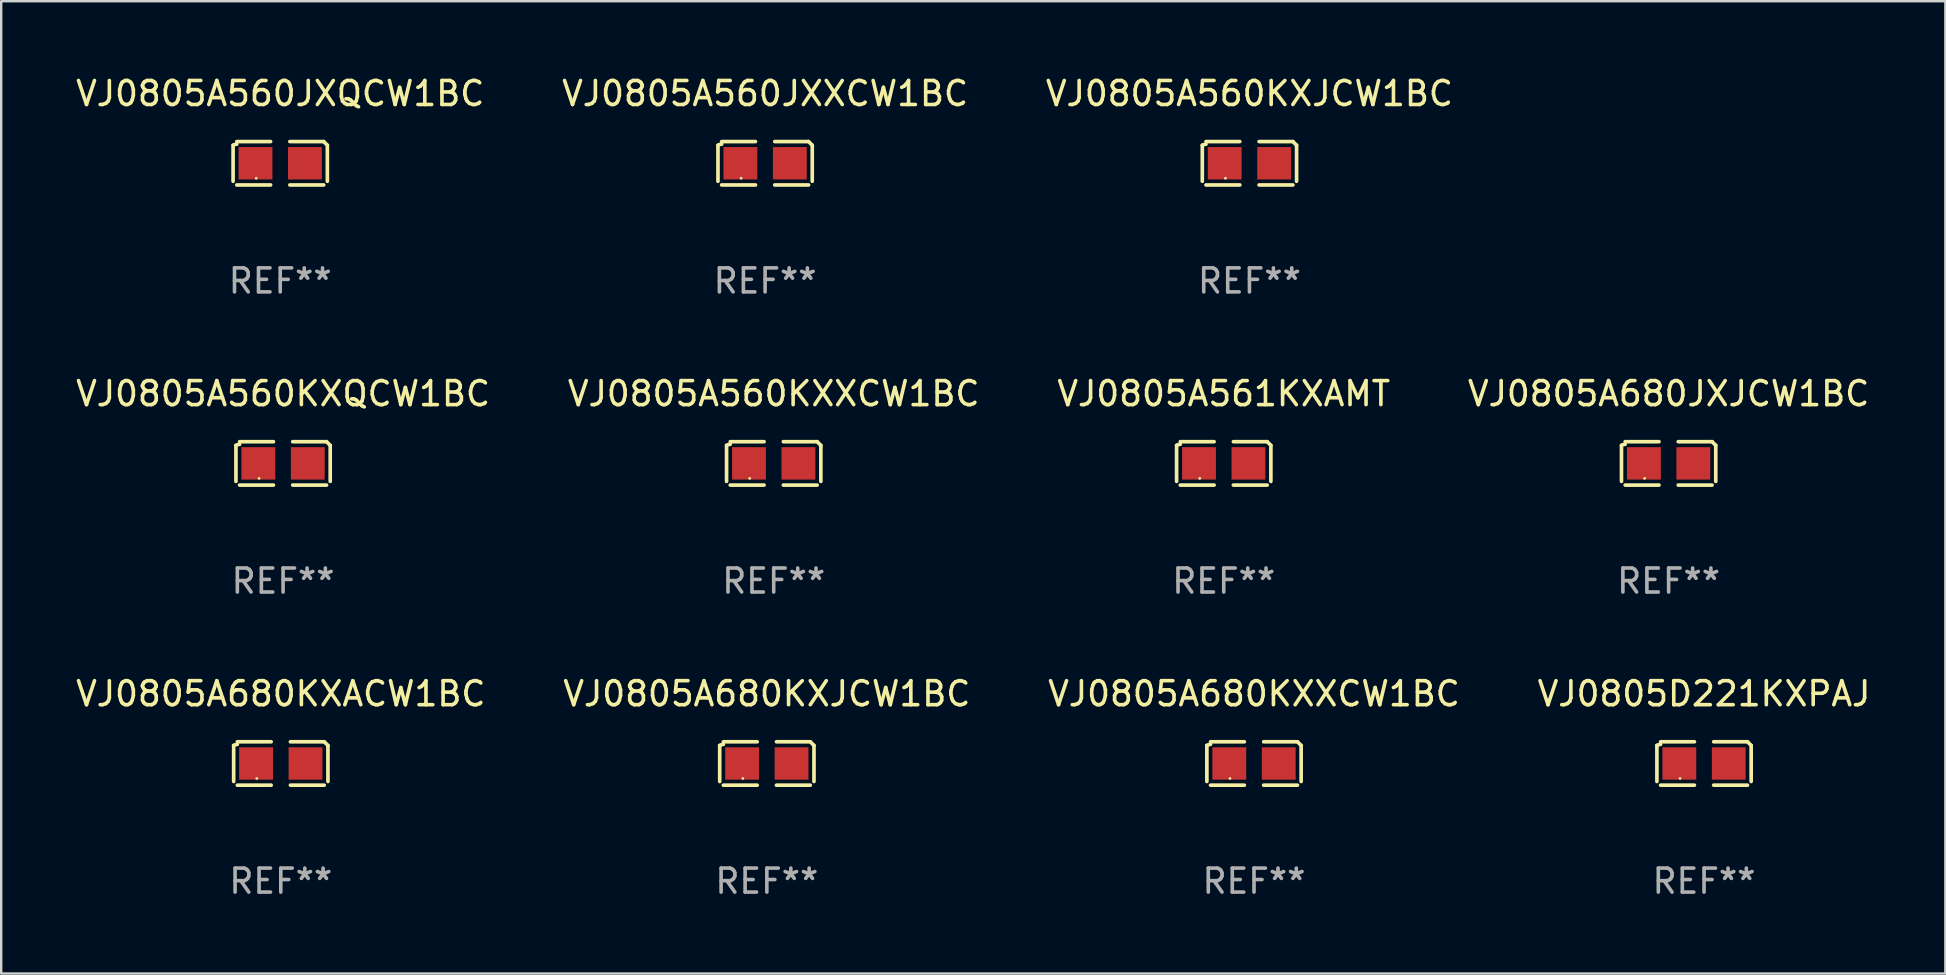
<source format=kicad_pcb>
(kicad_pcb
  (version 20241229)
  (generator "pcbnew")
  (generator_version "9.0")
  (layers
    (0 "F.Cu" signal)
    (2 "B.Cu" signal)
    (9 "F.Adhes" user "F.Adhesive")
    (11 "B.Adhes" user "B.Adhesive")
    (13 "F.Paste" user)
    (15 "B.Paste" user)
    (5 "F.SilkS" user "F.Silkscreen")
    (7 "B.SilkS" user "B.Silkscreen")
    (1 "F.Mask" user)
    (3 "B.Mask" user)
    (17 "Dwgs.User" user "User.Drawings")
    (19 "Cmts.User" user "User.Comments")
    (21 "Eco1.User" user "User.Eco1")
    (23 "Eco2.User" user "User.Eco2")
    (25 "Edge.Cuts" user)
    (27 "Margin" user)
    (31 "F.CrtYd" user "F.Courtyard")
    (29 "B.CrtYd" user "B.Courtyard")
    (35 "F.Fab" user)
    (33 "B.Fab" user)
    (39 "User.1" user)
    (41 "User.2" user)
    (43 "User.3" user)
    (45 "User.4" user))
  (footprint "VJ0805A680KXXCW1BC"
    (layer "F.Cu")
    (at 49.196 28.759)
    (property "Reference" "VJ0805A680KXXCW1BC" (at 0 -2.904 0) (layer "F.SilkS") (effects (font (size 1 1) (thickness 0.15))))
    (attr through_hole)
    (fp_line (start -1.964 0.751) (end -1.964 -0.751) (stroke (width 0.152) (type solid)) (layer "F.SilkS"))
    (fp_line (start -1.811 -0.904) (end -0.401 -0.904) (stroke (width 0.152) (type solid)) (layer "F.SilkS"))
    (fp_line (start -0.401 0.904) (end -1.811 0.904) (stroke (width 0.152) (type solid)) (layer "F.SilkS"))
    (fp_line (start 0.401 0.904) (end 1.811 0.904) (stroke (width 0.152) (type solid)) (layer "F.SilkS"))
    (fp_line (start 1.811 -0.904) (end 0.401 -0.904) (stroke (width 0.152) (type solid)) (layer "F.SilkS"))
    (fp_line (start 1.964 0.751) (end 1.964 -0.751) (stroke (width 0.152) (type solid)) (layer "F.SilkS"))
    (fp_arc (start -1.963602 -0.751207) (mid -1.890354 -0.783131) (end -1.811201 -0.794044) (stroke (width 0.1524) (type solid)) (layer "F.SilkS"))
    (fp_arc (start 1.811202 -0.903607) (mid 1.887413 -0.827418) (end 1.963602 -0.751207) (stroke (width 0.1524) (type solid)) (layer "F.SilkS"))
    (fp_circle (center -1 0.625) (end -0.97 0.625) (stroke (width 0.06) (type solid)) (fill no) (layer "F.SilkS"))
    (fp_text user "REF**" (at 0 4.904 0) (layer "F.Fab") (effects (font (size 1 1) (thickness 0.15))))
    (pad "1" smd rect (at -1.03 0) (size 1.41 1.35) (layers "F.Cu" "F.Mask" "F.Paste"))
    (pad "2" smd rect (at 1.03 0) (size 1.41 1.35) (layers "F.Cu" "F.Mask" "F.Paste")))
  (footprint "VJ0805A561KXAMT"
    (layer "F.Cu")
    (at 47.935 16.256)
    (property "Reference" "VJ0805A561KXAMT" (at 0 -2.904 0) (layer "F.SilkS") (effects (font (size 1 1) (thickness 0.15))))
    (attr through_hole)
    (fp_line (start -1.964 0.751) (end -1.964 -0.751) (stroke (width 0.152) (type solid)) (layer "F.SilkS"))
    (fp_line (start -1.811 -0.904) (end -0.401 -0.904) (stroke (width 0.152) (type solid)) (layer "F.SilkS"))
    (fp_line (start -0.401 0.904) (end -1.811 0.904) (stroke (width 0.152) (type solid)) (layer "F.SilkS"))
    (fp_line (start 0.401 0.904) (end 1.811 0.904) (stroke (width 0.152) (type solid)) (layer "F.SilkS"))
    (fp_line (start 1.811 -0.904) (end 0.401 -0.904) (stroke (width 0.152) (type solid)) (layer "F.SilkS"))
    (fp_line (start 1.964 0.751) (end 1.964 -0.751) (stroke (width 0.152) (type solid)) (layer "F.SilkS"))
    (fp_arc (start -1.963602 -0.751207) (mid -1.890354 -0.783131) (end -1.811201 -0.794044) (stroke (width 0.1524) (type solid)) (layer "F.SilkS"))
    (fp_arc (start 1.811202 -0.903607) (mid 1.887413 -0.827418) (end 1.963602 -0.751207) (stroke (width 0.1524) (type solid)) (layer "F.SilkS"))
    (fp_circle (center -1 0.625) (end -0.97 0.625) (stroke (width 0.06) (type solid)) (fill no) (layer "F.SilkS"))
    (fp_text user "REF**" (at 0 4.904 0) (layer "F.Fab") (effects (font (size 1 1) (thickness 0.15))))
    (pad "1" smd rect (at -1.03 0) (size 1.41 1.35) (layers "F.Cu" "F.Mask" "F.Paste"))
    (pad "2" smd rect (at 1.03 0) (size 1.41 1.35) (layers "F.Cu" "F.Mask" "F.Paste")))
  (footprint "VJ0805A560KXXCW1BC"
    (layer "F.Cu")
    (at 29.185 16.256)
    (property "Reference" "VJ0805A560KXXCW1BC" (at 0 -2.904 0) (layer "F.SilkS") (effects (font (size 1 1) (thickness 0.15))))
    (attr through_hole)
    (fp_line (start -1.964 0.751) (end -1.964 -0.751) (stroke (width 0.152) (type solid)) (layer "F.SilkS"))
    (fp_line (start -1.811 -0.904) (end -0.401 -0.904) (stroke (width 0.152) (type solid)) (layer "F.SilkS"))
    (fp_line (start -0.401 0.904) (end -1.811 0.904) (stroke (width 0.152) (type solid)) (layer "F.SilkS"))
    (fp_line (start 0.401 0.904) (end 1.811 0.904) (stroke (width 0.152) (type solid)) (layer "F.SilkS"))
    (fp_line (start 1.811 -0.904) (end 0.401 -0.904) (stroke (width 0.152) (type solid)) (layer "F.SilkS"))
    (fp_line (start 1.964 0.751) (end 1.964 -0.751) (stroke (width 0.152) (type solid)) (layer "F.SilkS"))
    (fp_arc (start -1.963602 -0.751207) (mid -1.890354 -0.783131) (end -1.811201 -0.794044) (stroke (width 0.1524) (type solid)) (layer "F.SilkS"))
    (fp_arc (start 1.811202 -0.903607) (mid 1.887413 -0.827418) (end 1.963602 -0.751207) (stroke (width 0.1524) (type solid)) (layer "F.SilkS"))
    (fp_circle (center -1 0.625) (end -0.97 0.625) (stroke (width 0.06) (type solid)) (fill no) (layer "F.SilkS"))
    (fp_text user "REF**" (at 0 4.904 0) (layer "F.Fab") (effects (font (size 1 1) (thickness 0.15))))
    (pad "1" smd rect (at -1.03 0) (size 1.41 1.35) (layers "F.Cu" "F.Mask" "F.Paste"))
    (pad "2" smd rect (at 1.03 0) (size 1.41 1.35) (layers "F.Cu" "F.Mask" "F.Paste")))
  (footprint "VJ0805D221KXPAJ"
    (layer "F.Cu")
    (at 67.946 28.759)
    (property "Reference" "VJ0805D221KXPAJ" (at 0 -2.904 0) (layer "F.SilkS") (effects (font (size 1 1) (thickness 0.15))))
    (attr through_hole)
    (fp_line (start -1.964 0.751) (end -1.964 -0.751) (stroke (width 0.152) (type solid)) (layer "F.SilkS"))
    (fp_line (start -1.811 -0.904) (end -0.401 -0.904) (stroke (width 0.152) (type solid)) (layer "F.SilkS"))
    (fp_line (start -0.401 0.904) (end -1.811 0.904) (stroke (width 0.152) (type solid)) (layer "F.SilkS"))
    (fp_line (start 0.401 0.904) (end 1.811 0.904) (stroke (width 0.152) (type solid)) (layer "F.SilkS"))
    (fp_line (start 1.811 -0.904) (end 0.401 -0.904) (stroke (width 0.152) (type solid)) (layer "F.SilkS"))
    (fp_line (start 1.964 0.751) (end 1.964 -0.751) (stroke (width 0.152) (type solid)) (layer "F.SilkS"))
    (fp_arc (start -1.963602 -0.751207) (mid -1.890354 -0.783131) (end -1.811201 -0.794044) (stroke (width 0.1524) (type solid)) (layer "F.SilkS"))
    (fp_arc (start 1.811202 -0.903607) (mid 1.887413 -0.827418) (end 1.963602 -0.751207) (stroke (width 0.1524) (type solid)) (layer "F.SilkS"))
    (fp_circle (center -1 0.625) (end -0.97 0.625) (stroke (width 0.06) (type solid)) (fill no) (layer "F.SilkS"))
    (fp_text user "REF**" (at 0 4.904 0) (layer "F.Fab") (effects (font (size 1 1) (thickness 0.15))))
    (pad "1" smd rect (at -1.03 0) (size 1.41 1.35) (layers "F.Cu" "F.Mask" "F.Paste"))
    (pad "2" smd rect (at 1.03 0) (size 1.41 1.35) (layers "F.Cu" "F.Mask" "F.Paste")))
  (footprint "VJ0805A560KXJCW1BC"
    (layer "F.Cu")
    (at 49.006 3.752)
    (property "Reference" "VJ0805A560KXJCW1BC" (at 0 -2.904 0) (layer "F.SilkS") (effects (font (size 1 1) (thickness 0.15))))
    (attr through_hole)
    (fp_line (start -1.964 0.751) (end -1.964 -0.751) (stroke (width 0.152) (type solid)) (layer "F.SilkS"))
    (fp_line (start -1.811 -0.904) (end -0.401 -0.904) (stroke (width 0.152) (type solid)) (layer "F.SilkS"))
    (fp_line (start -0.401 0.904) (end -1.811 0.904) (stroke (width 0.152) (type solid)) (layer "F.SilkS"))
    (fp_line (start 0.401 0.904) (end 1.811 0.904) (stroke (width 0.152) (type solid)) (layer "F.SilkS"))
    (fp_line (start 1.811 -0.904) (end 0.401 -0.904) (stroke (width 0.152) (type solid)) (layer "F.SilkS"))
    (fp_line (start 1.964 0.751) (end 1.964 -0.751) (stroke (width 0.152) (type solid)) (layer "F.SilkS"))
    (fp_arc (start -1.963602 -0.751207) (mid -1.890354 -0.783131) (end -1.811201 -0.794044) (stroke (width 0.1524) (type solid)) (layer "F.SilkS"))
    (fp_arc (start 1.811202 -0.903607) (mid 1.887413 -0.827418) (end 1.963602 -0.751207) (stroke (width 0.1524) (type solid)) (layer "F.SilkS"))
    (fp_circle (center -1 0.625) (end -0.97 0.625) (stroke (width 0.06) (type solid)) (fill no) (layer "F.SilkS"))
    (fp_text user "REF**" (at 0 4.904 0) (layer "F.Fab") (effects (font (size 1 1) (thickness 0.15))))
    (pad "1" smd rect (at -1.03 0) (size 1.41 1.35) (layers "F.Cu" "F.Mask" "F.Paste"))
    (pad "2" smd rect (at 1.03 0) (size 1.41 1.35) (layers "F.Cu" "F.Mask" "F.Paste")))
  (footprint "VJ0805A680KXJCW1BC"
    (layer "F.Cu")
    (at 28.899 28.759)
    (property "Reference" "VJ0805A680KXJCW1BC" (at 0 -2.904 0) (layer "F.SilkS") (effects (font (size 1 1) (thickness 0.15))))
    (attr through_hole)
    (fp_line (start -1.964 0.751) (end -1.964 -0.751) (stroke (width 0.152) (type solid)) (layer "F.SilkS"))
    (fp_line (start -1.811 -0.904) (end -0.401 -0.904) (stroke (width 0.152) (type solid)) (layer "F.SilkS"))
    (fp_line (start -0.401 0.904) (end -1.811 0.904) (stroke (width 0.152) (type solid)) (layer "F.SilkS"))
    (fp_line (start 0.401 0.904) (end 1.811 0.904) (stroke (width 0.152) (type solid)) (layer "F.SilkS"))
    (fp_line (start 1.811 -0.904) (end 0.401 -0.904) (stroke (width 0.152) (type solid)) (layer "F.SilkS"))
    (fp_line (start 1.964 0.751) (end 1.964 -0.751) (stroke (width 0.152) (type solid)) (layer "F.SilkS"))
    (fp_arc (start -1.963602 -0.751207) (mid -1.890354 -0.783131) (end -1.811201 -0.794044) (stroke (width 0.1524) (type solid)) (layer "F.SilkS"))
    (fp_arc (start 1.811202 -0.903607) (mid 1.887413 -0.827418) (end 1.963602 -0.751207) (stroke (width 0.1524) (type solid)) (layer "F.SilkS"))
    (fp_circle (center -1 0.625) (end -0.97 0.625) (stroke (width 0.06) (type solid)) (fill no) (layer "F.SilkS"))
    (fp_text user "REF**" (at 0 4.904 0) (layer "F.Fab") (effects (font (size 1 1) (thickness 0.15))))
    (pad "1" smd rect (at -1.03 0) (size 1.41 1.35) (layers "F.Cu" "F.Mask" "F.Paste"))
    (pad "2" smd rect (at 1.03 0) (size 1.41 1.35) (layers "F.Cu" "F.Mask" "F.Paste")))
  (footprint "VJ0805A680JXJCW1BC"
    (layer "F.Cu")
    (at 66.47 16.256)
    (property "Reference" "VJ0805A680JXJCW1BC" (at 0 -2.904 0) (layer "F.SilkS") (effects (font (size 1 1) (thickness 0.15))))
    (attr through_hole)
    (fp_line (start -1.964 0.751) (end -1.964 -0.751) (stroke (width 0.152) (type solid)) (layer "F.SilkS"))
    (fp_line (start -1.811 -0.904) (end -0.401 -0.904) (stroke (width 0.152) (type solid)) (layer "F.SilkS"))
    (fp_line (start -0.401 0.904) (end -1.811 0.904) (stroke (width 0.152) (type solid)) (layer "F.SilkS"))
    (fp_line (start 0.401 0.904) (end 1.811 0.904) (stroke (width 0.152) (type solid)) (layer "F.SilkS"))
    (fp_line (start 1.811 -0.904) (end 0.401 -0.904) (stroke (width 0.152) (type solid)) (layer "F.SilkS"))
    (fp_line (start 1.964 0.751) (end 1.964 -0.751) (stroke (width 0.152) (type solid)) (layer "F.SilkS"))
    (fp_arc (start -1.963602 -0.751207) (mid -1.890354 -0.783131) (end -1.811201 -0.794044) (stroke (width 0.1524) (type solid)) (layer "F.SilkS"))
    (fp_arc (start 1.811202 -0.903607) (mid 1.887413 -0.827418) (end 1.963602 -0.751207) (stroke (width 0.1524) (type solid)) (layer "F.SilkS"))
    (fp_circle (center -1 0.625) (end -0.97 0.625) (stroke (width 0.06) (type solid)) (fill no) (layer "F.SilkS"))
    (fp_text user "REF**" (at 0 4.904 0) (layer "F.Fab") (effects (font (size 1 1) (thickness 0.15))))
    (pad "1" smd rect (at -1.03 0) (size 1.41 1.35) (layers "F.Cu" "F.Mask" "F.Paste"))
    (pad "2" smd rect (at 1.03 0) (size 1.41 1.35) (layers "F.Cu" "F.Mask" "F.Paste")))
  (footprint "VJ0805A560JXXCW1BC"
    (layer "F.Cu")
    (at 28.827 3.752)
    (property "Reference" "VJ0805A560JXXCW1BC" (at 0 -2.904 0) (layer "F.SilkS") (effects (font (size 1 1) (thickness 0.15))))
    (attr through_hole)
    (fp_line (start -1.964 0.751) (end -1.964 -0.751) (stroke (width 0.152) (type solid)) (layer "F.SilkS"))
    (fp_line (start -1.811 -0.904) (end -0.401 -0.904) (stroke (width 0.152) (type solid)) (layer "F.SilkS"))
    (fp_line (start -0.401 0.904) (end -1.811 0.904) (stroke (width 0.152) (type solid)) (layer "F.SilkS"))
    (fp_line (start 0.401 0.904) (end 1.811 0.904) (stroke (width 0.152) (type solid)) (layer "F.SilkS"))
    (fp_line (start 1.811 -0.904) (end 0.401 -0.904) (stroke (width 0.152) (type solid)) (layer "F.SilkS"))
    (fp_line (start 1.964 0.751) (end 1.964 -0.751) (stroke (width 0.152) (type solid)) (layer "F.SilkS"))
    (fp_arc (start -1.963602 -0.751207) (mid -1.890354 -0.783131) (end -1.811201 -0.794044) (stroke (width 0.1524) (type solid)) (layer "F.SilkS"))
    (fp_arc (start 1.811202 -0.903607) (mid 1.887413 -0.827418) (end 1.963602 -0.751207) (stroke (width 0.1524) (type solid)) (layer "F.SilkS"))
    (fp_circle (center -1 0.625) (end -0.97 0.625) (stroke (width 0.06) (type solid)) (fill no) (layer "F.SilkS"))
    (fp_text user "REF**" (at 0 4.904 0) (layer "F.Fab") (effects (font (size 1 1) (thickness 0.15))))
    (pad "1" smd rect (at -1.03 0) (size 1.41 1.35) (layers "F.Cu" "F.Mask" "F.Paste"))
    (pad "2" smd rect (at 1.03 0) (size 1.41 1.35) (layers "F.Cu" "F.Mask" "F.Paste")))
  (footprint "VJ0805A560JXQCW1BC"
    (layer "F.Cu")
    (at 8.625 3.752)
    (property "Reference" "VJ0805A560JXQCW1BC" (at 0 -2.904 0) (layer "F.SilkS") (effects (font (size 1 1) (thickness 0.15))))
    (attr through_hole)
    (fp_line (start -1.964 0.751) (end -1.964 -0.751) (stroke (width 0.152) (type solid)) (layer "F.SilkS"))
    (fp_line (start -1.811 -0.904) (end -0.401 -0.904) (stroke (width 0.152) (type solid)) (layer "F.SilkS"))
    (fp_line (start -0.401 0.904) (end -1.811 0.904) (stroke (width 0.152) (type solid)) (layer "F.SilkS"))
    (fp_line (start 0.401 0.904) (end 1.811 0.904) (stroke (width 0.152) (type solid)) (layer "F.SilkS"))
    (fp_line (start 1.811 -0.904) (end 0.401 -0.904) (stroke (width 0.152) (type solid)) (layer "F.SilkS"))
    (fp_line (start 1.964 0.751) (end 1.964 -0.751) (stroke (width 0.152) (type solid)) (layer "F.SilkS"))
    (fp_arc (start -1.963602 -0.751207) (mid -1.890354 -0.783131) (end -1.811201 -0.794044) (stroke (width 0.1524) (type solid)) (layer "F.SilkS"))
    (fp_arc (start 1.811202 -0.903607) (mid 1.887413 -0.827418) (end 1.963602 -0.751207) (stroke (width 0.1524) (type solid)) (layer "F.SilkS"))
    (fp_circle (center -1 0.625) (end -0.97 0.625) (stroke (width 0.06) (type solid)) (fill no) (layer "F.SilkS"))
    (fp_text user "REF**" (at 0 4.904 0) (layer "F.Fab") (effects (font (size 1 1) (thickness 0.15))))
    (pad "1" smd rect (at -1.03 0) (size 1.41 1.35) (layers "F.Cu" "F.Mask" "F.Paste"))
    (pad "2" smd rect (at 1.03 0) (size 1.41 1.35) (layers "F.Cu" "F.Mask" "F.Paste")))
  (footprint "VJ0805A680KXACW1BC"
    (layer "F.Cu")
    (at 8.649 28.759)
    (property "Reference" "VJ0805A680KXACW1BC" (at 0 -2.904 0) (layer "F.SilkS") (effects (font (size 1 1) (thickness 0.15))))
    (attr through_hole)
    (fp_line (start -1.964 0.751) (end -1.964 -0.751) (stroke (width 0.152) (type solid)) (layer "F.SilkS"))
    (fp_line (start -1.811 -0.904) (end -0.401 -0.904) (stroke (width 0.152) (type solid)) (layer "F.SilkS"))
    (fp_line (start -0.401 0.904) (end -1.811 0.904) (stroke (width 0.152) (type solid)) (layer "F.SilkS"))
    (fp_line (start 0.401 0.904) (end 1.811 0.904) (stroke (width 0.152) (type solid)) (layer "F.SilkS"))
    (fp_line (start 1.811 -0.904) (end 0.401 -0.904) (stroke (width 0.152) (type solid)) (layer "F.SilkS"))
    (fp_line (start 1.964 0.751) (end 1.964 -0.751) (stroke (width 0.152) (type solid)) (layer "F.SilkS"))
    (fp_arc (start -1.963602 -0.751207) (mid -1.890354 -0.783131) (end -1.811201 -0.794044) (stroke (width 0.1524) (type solid)) (layer "F.SilkS"))
    (fp_arc (start 1.811202 -0.903607) (mid 1.887413 -0.827418) (end 1.963602 -0.751207) (stroke (width 0.1524) (type solid)) (layer "F.SilkS"))
    (fp_circle (center -1 0.625) (end -0.97 0.625) (stroke (width 0.06) (type solid)) (fill no) (layer "F.SilkS"))
    (fp_text user "REF**" (at 0 4.904 0) (layer "F.Fab") (effects (font (size 1 1) (thickness 0.15))))
    (pad "1" smd rect (at -1.03 0) (size 1.41 1.35) (layers "F.Cu" "F.Mask" "F.Paste"))
    (pad "2" smd rect (at 1.03 0) (size 1.41 1.35) (layers "F.Cu" "F.Mask" "F.Paste")))
  (footprint "VJ0805A560KXQCW1BC"
    (layer "F.Cu")
    (at 8.744 16.256)
    (property "Reference" "VJ0805A560KXQCW1BC" (at 0 -2.904 0) (layer "F.SilkS") (effects (font (size 1 1) (thickness 0.15))))
    (attr through_hole)
    (fp_line (start -1.964 0.751) (end -1.964 -0.751) (stroke (width 0.152) (type solid)) (layer "F.SilkS"))
    (fp_line (start -1.811 -0.904) (end -0.401 -0.904) (stroke (width 0.152) (type solid)) (layer "F.SilkS"))
    (fp_line (start -0.401 0.904) (end -1.811 0.904) (stroke (width 0.152) (type solid)) (layer "F.SilkS"))
    (fp_line (start 0.401 0.904) (end 1.811 0.904) (stroke (width 0.152) (type solid)) (layer "F.SilkS"))
    (fp_line (start 1.811 -0.904) (end 0.401 -0.904) (stroke (width 0.152) (type solid)) (layer "F.SilkS"))
    (fp_line (start 1.964 0.751) (end 1.964 -0.751) (stroke (width 0.152) (type solid)) (layer "F.SilkS"))
    (fp_arc (start -1.963602 -0.751207) (mid -1.890354 -0.783131) (end -1.811201 -0.794044) (stroke (width 0.1524) (type solid)) (layer "F.SilkS"))
    (fp_arc (start 1.811202 -0.903607) (mid 1.887413 -0.827418) (end 1.963602 -0.751207) (stroke (width 0.1524) (type solid)) (layer "F.SilkS"))
    (fp_circle (center -1 0.625) (end -0.97 0.625) (stroke (width 0.06) (type solid)) (fill no) (layer "F.SilkS"))
    (fp_text user "REF**" (at 0 4.904 0) (layer "F.Fab") (effects (font (size 1 1) (thickness 0.15))))
    (pad "1" smd rect (at -1.03 0) (size 1.41 1.35) (layers "F.Cu" "F.Mask" "F.Paste"))
    (pad "2" smd rect (at 1.03 0) (size 1.41 1.35) (layers "F.Cu" "F.Mask" "F.Paste")))
  (gr_rect
    (start -3 -3)
    (end 78 37.511)
    (stroke (width 0.1) (type default))
    (fill no)
    (layer "Edge.Cuts")))
</source>
